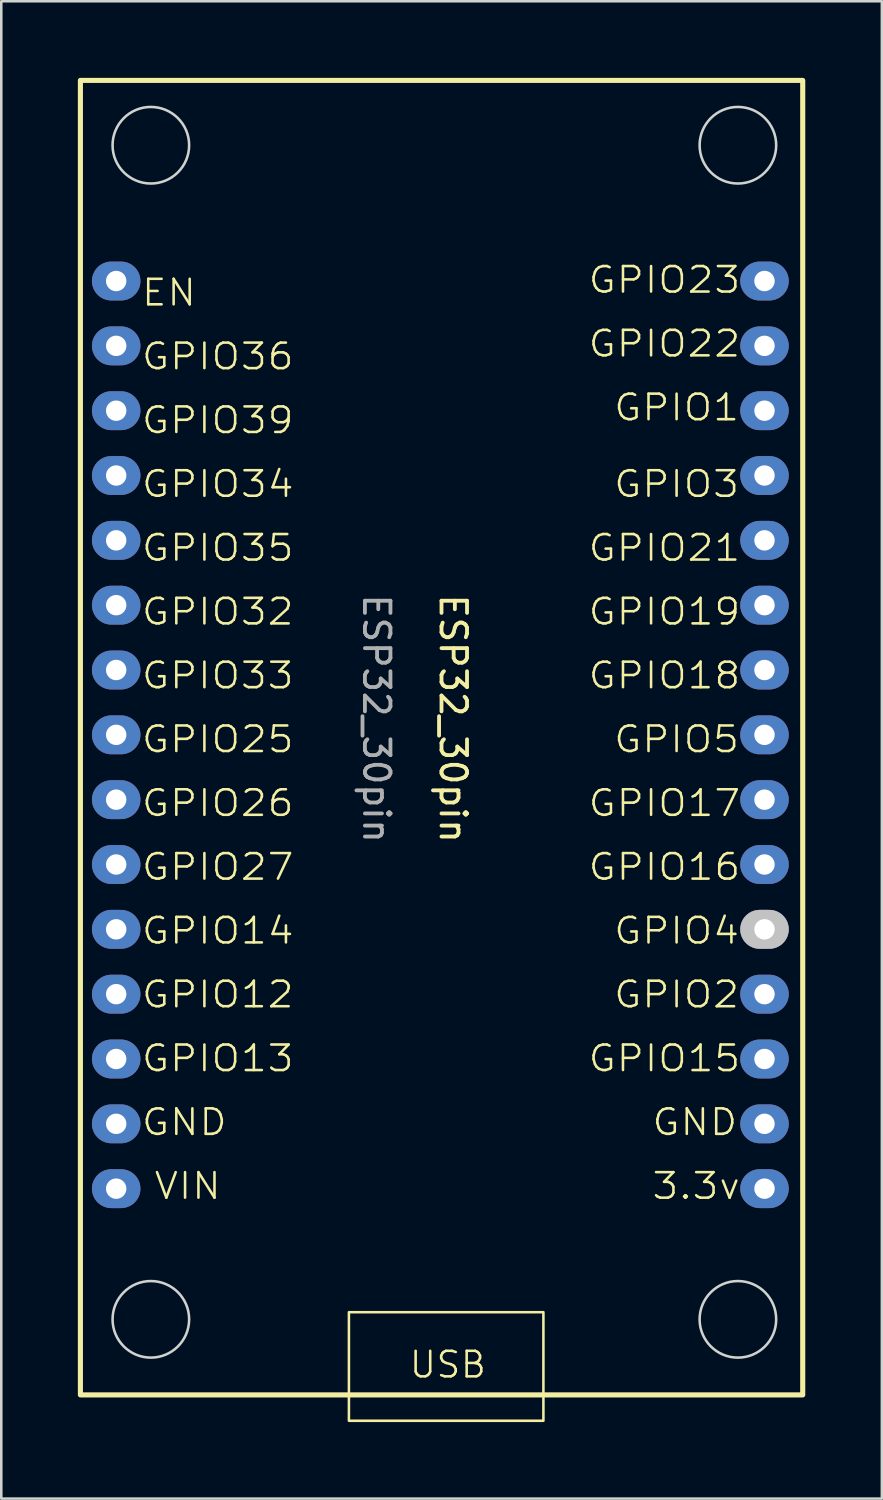
<source format=kicad_pcb>
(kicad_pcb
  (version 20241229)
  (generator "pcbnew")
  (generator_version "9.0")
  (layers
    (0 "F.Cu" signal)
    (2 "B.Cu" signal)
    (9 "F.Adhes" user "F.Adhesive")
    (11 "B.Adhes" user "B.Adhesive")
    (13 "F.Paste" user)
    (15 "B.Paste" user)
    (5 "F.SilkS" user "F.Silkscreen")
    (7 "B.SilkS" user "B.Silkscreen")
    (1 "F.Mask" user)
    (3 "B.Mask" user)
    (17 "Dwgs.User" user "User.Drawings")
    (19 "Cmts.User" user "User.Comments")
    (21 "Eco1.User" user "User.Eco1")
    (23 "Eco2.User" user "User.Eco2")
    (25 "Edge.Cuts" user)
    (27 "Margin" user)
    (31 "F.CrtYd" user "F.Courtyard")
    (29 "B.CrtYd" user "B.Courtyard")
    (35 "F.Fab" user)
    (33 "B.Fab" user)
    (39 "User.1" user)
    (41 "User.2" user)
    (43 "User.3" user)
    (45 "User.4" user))
  (footprint "ESP32_30pin"
    (layer "F.Cu")
    (at 13.43 26.5)
    (property "Reference" "ESP32_30pin" (at 1.272 -1.395 270) (unlocked yes) (layer "F.SilkS") (effects (font (size 1 1) (thickness 0.15))))
    (fp_rect (start -13.33 -26.4) (end 14.97 25.1) (stroke (width 0.2) (type default)) (fill no) (layer "F.SilkS"))
    (fp_rect (start -2.81 21.86) (end 4.81 26.114) (stroke (width 0.1) (type default)) (fill no) (layer "F.SilkS"))
    (fp_circle (center -10.57 -23.86) (end -10.57 -22.36) (stroke (width 0.1) (type default)) (fill no) (layer "Edge.Cuts"))
    (fp_circle (center -10.57 22.14) (end -10.57 23.64) (stroke (width 0.1) (type default)) (fill no) (layer "Edge.Cuts"))
    (fp_circle (center 12.43 -23.86) (end 12.43 -22.36) (stroke (width 0.1) (type default)) (fill no) (layer "Edge.Cuts"))
    (fp_circle (center 12.43 22.14) (end 12.43 23.64) (stroke (width 0.1) (type default)) (fill no) (layer "Edge.Cuts"))
    (fp_text user "GPIO5" (at 7.5 0 0) (unlocked yes) (layer "F.SilkS") (effects (font (size 1 1.1) (thickness 0.1)) (justify left bottom)))
    (fp_text user "GPIO13" (at -11 12.5 0) (unlocked yes) (layer "F.SilkS") (effects (font (size 1 1.1) (thickness 0.1)) (justify left bottom)))
    (fp_text user "3.3v" (at 9 17.5 0) (unlocked yes) (layer "F.SilkS") (effects (font (size 1 1.1) (thickness 0.1)) (justify left bottom)))
    (fp_text user "GPIO21" (at 6.5 -7.5 0) (unlocked yes) (layer "F.SilkS") (effects (font (size 1 1.1) (thickness 0.1)) (justify left bottom)))
    (fp_text user "GND" (at 9 15 0) (unlocked yes) (layer "F.SilkS") (effects (font (size 1 1.1) (thickness 0.1)) (justify left bottom)))
    (fp_text user "VIN" (at -10.5 17.5 0) (unlocked yes) (layer "F.SilkS") (effects (font (size 1 1.1) (thickness 0.1)) (justify left bottom)))
    (fp_text user "GPIO2" (at 7.5 10 0) (unlocked yes) (layer "F.SilkS") (effects (font (size 1 1.1) (thickness 0.1)) (justify left bottom)))
    (fp_text user "GPIO1" (at 7.5 -13 0) (unlocked yes) (layer "F.SilkS") (effects (font (size 1 1.1) (thickness 0.1)) (justify left bottom)))
    (fp_text user "GPIO32" (at -11 -5 0) (unlocked yes) (layer "F.SilkS") (effects (font (size 1 1.1) (thickness 0.1)) (justify left bottom)))
    (fp_text user "USB" (at -0.5 24.5 0) (unlocked yes) (layer "F.SilkS") (effects (font (size 1 1) (thickness 0.1)) (justify left bottom)))
    (fp_text user "GPIO36" (at -11 -15 0) (unlocked yes) (layer "F.SilkS") (effects (font (size 1 1.1) (thickness 0.1)) (justify left bottom)))
    (fp_text user "GPIO18" (at 6.5 -2.5 0) (unlocked yes) (layer "F.SilkS") (effects (font (size 1 1.1) (thickness 0.1)) (justify left bottom)))
    (fp_text user "GPIO23" (at 6.5 -18 0) (unlocked yes) (layer "F.SilkS") (effects (font (size 1 1.1) (thickness 0.1)) (justify left bottom)))
    (fp_text user "GPIO14" (at -11 7.5 0) (unlocked yes) (layer "F.SilkS") (effects (font (size 1 1.1) (thickness 0.1)) (justify left bottom)))
    (fp_text user "GPIO27" (at -11 5 0) (unlocked yes) (layer "F.SilkS") (effects (font (size 1 1.1) (thickness 0.1)) (justify left bottom)))
    (fp_text user "GPIO3" (at 7.5 -10 0) (unlocked yes) (layer "F.SilkS") (effects (font (size 1 1.1) (thickness 0.1)) (justify left bottom)))
    (fp_text user "GPIO33" (at -11 -2.5 0) (unlocked yes) (layer "F.SilkS") (effects (font (size 1 1.1) (thickness 0.1)) (justify left bottom)))
    (fp_text user "EN" (at -11 -17.5 0) (unlocked yes) (layer "F.SilkS") (effects (font (size 1 1.1) (thickness 0.1)) (justify left bottom)))
    (fp_text user "GND" (at -11 15 0) (unlocked yes) (layer "F.SilkS") (effects (font (size 1 1.1) (thickness 0.1)) (justify left bottom)))
    (fp_text user "GPIO17" (at 6.5 2.5 0) (unlocked yes) (layer "F.SilkS") (effects (font (size 1 1.1) (thickness 0.1)) (justify left bottom)))
    (fp_text user "GPIO34" (at -11 -10 0) (unlocked yes) (layer "F.SilkS") (effects (font (size 1 1.1) (thickness 0.1)) (justify left bottom)))
    (fp_text user "GPIO16" (at 6.5 5 0) (unlocked yes) (layer "F.SilkS") (effects (font (size 1 1.1) (thickness 0.1)) (justify left bottom)))
    (fp_text user "GPIO12" (at -11 10 0) (unlocked yes) (layer "F.SilkS") (effects (font (size 1 1.1) (thickness 0.1)) (justify left bottom)))
    (fp_text user "GPIO26" (at -11 2.5 0) (unlocked yes) (layer "F.SilkS") (effects (font (size 1 1.1) (thickness 0.1)) (justify left bottom)))
    (fp_text user "GPIO4" (at 7.5 7.5 0) (unlocked yes) (layer "F.SilkS") (effects (font (size 1 1.1) (thickness 0.1)) (justify left bottom)))
    (fp_text user "GPIO39" (at -11 -12.5 0) (unlocked yes) (layer "F.SilkS") (effects (font (size 1 1.1) (thickness 0.1)) (justify left bottom)))
    (fp_text user "GPIO25" (at -11 0 0) (unlocked yes) (layer "F.SilkS") (effects (font (size 1 1.1) (thickness 0.1)) (justify left bottom)))
    (fp_text user "GPIO19" (at 6.5 -5 0) (unlocked yes) (layer "F.SilkS") (effects (font (size 1 1.1) (thickness 0.1)) (justify left bottom)))
    (fp_text user "GPIO15" (at 6.5 12.5 0) (unlocked yes) (layer "F.SilkS") (effects (font (size 1 1.1) (thickness 0.1)) (justify left bottom)))
    (fp_text user "GPIO35" (at -11 -7.5 0) (unlocked yes) (layer "F.SilkS") (effects (font (size 1 1.1) (thickness 0.1)) (justify left bottom)))
    (fp_text user "GPIO22" (at 6.5 -15.5 0) (unlocked yes) (layer "F.SilkS") (effects (font (size 1 1.1) (thickness 0.1)) (justify left bottom)))
    (fp_text user "${REFERENCE}" (at -1.728 -1.395 270) (unlocked yes) (layer "F.Fab") (effects (font (size 1 1) (thickness 0.15))))
    (pad "1" thru_hole oval (at -11.928 17.02 270) (size 1.524 1.9) (drill 0.8) (layers "*.Cu" "*.Mask"))
    (pad "2" thru_hole oval (at -11.928 14.48 270) (size 1.524 1.9) (drill 0.8) (layers "*.Cu" "*.Mask"))
    (pad "3" thru_hole oval (at -11.928 11.94 270) (size 1.524 1.9) (drill 0.8) (layers "*.Cu" "*.Mask"))
    (pad "4" thru_hole oval (at -11.928 9.4 270) (size 1.524 1.9) (drill 0.8) (layers "*.Cu" "*.Mask"))
    (pad "5" thru_hole oval (at -11.928 6.86 270) (size 1.524 1.9) (drill 0.8) (layers "*.Cu" "*.Mask"))
    (pad "6" thru_hole oval (at -11.928 4.32 270) (size 1.524 1.9) (drill 0.8) (layers "*.Cu" "*.Mask"))
    (pad "7" thru_hole oval (at -11.928 1.78 270) (size 1.524 1.9) (drill 0.8) (layers "*.Cu" "*.Mask"))
    (pad "8" thru_hole oval (at -11.928 -0.76 270) (size 1.524 1.9) (drill 0.8) (layers "*.Cu" "*.Mask"))
    (pad "9" thru_hole oval (at -11.928 -3.3 270) (size 1.524 1.9) (drill 0.8) (layers "*.Cu" "*.Mask"))
    (pad "10" thru_hole oval (at -11.928 -5.84 270) (size 1.524 1.9) (drill 0.8) (layers "*.Cu" "*.Mask"))
    (pad "11" thru_hole oval (at -11.928 -8.38 270) (size 1.524 1.9) (drill 0.8) (layers "*.Cu" "*.Mask"))
    (pad "12" thru_hole oval (at -11.928 -10.92 270) (size 1.524 1.9) (drill 0.8) (layers "*.Cu" "*.Mask"))
    (pad "13" thru_hole oval (at -11.928 -13.46 270) (size 1.524 1.9) (drill 0.8) (layers "*.Cu" "*.Mask"))
    (pad "14" thru_hole oval (at -11.928 -16 270) (size 1.524 1.9) (drill 0.8) (layers "*.Cu" "*.Mask"))
    (pad "15" thru_hole oval (at -11.928 -18.54 270) (size 1.524 1.9) (drill 0.8) (layers "*.Cu" "*.Mask"))
    (pad "16" thru_hole oval (at 13.472 17.02 270) (size 1.524 1.9) (drill 0.8) (layers "*.Cu" "*.Mask"))
    (pad "17" thru_hole oval (at 13.472 14.48 270) (size 1.524 1.9) (drill 0.8) (layers "*.Cu" "*.Mask"))
    (pad "18" thru_hole oval (at 13.472 11.94 270) (size 1.524 1.9) (drill 0.8) (layers "*.Cu" "*.Mask"))
    (pad "19" thru_hole oval (at 13.472 9.4 270) (size 1.524 1.9) (drill 0.8) (layers "*.Cu" "*.Mask"))
    (pad "20" thru_hole oval (at 13.472 6.86 270) (size 1.524 1.9) (drill 0.8) (layers "*.Cu" "*.Mask" "Dwgs.User"))
    (pad "21" thru_hole oval (at 13.472 4.32 270) (size 1.524 1.9) (drill 0.8) (layers "*.Cu" "*.Mask"))
    (pad "22" thru_hole oval (at 13.472 1.78 270) (size 1.524 1.9) (drill 0.8) (layers "*.Cu" "*.Mask"))
    (pad "23" thru_hole oval (at 13.472 -0.76 270) (size 1.524 1.9) (drill 0.8) (layers "*.Cu" "*.Mask"))
    (pad "24" thru_hole oval (at 13.472 -3.3 270) (size 1.524 1.9) (drill 0.8) (layers "*.Cu" "*.Mask"))
    (pad "25" thru_hole oval (at 13.472 -5.84 270) (size 1.524 1.9) (drill 0.8) (layers "*.Cu" "*.Mask"))
    (pad "26" thru_hole oval (at 13.472 -8.38 270) (size 1.524 1.9) (drill 0.8) (layers "*.Cu" "*.Mask"))
    (pad "27" thru_hole oval (at 13.472 -10.92 270) (size 1.524 1.9) (drill 0.8) (layers "*.Cu" "*.Mask"))
    (pad "28" thru_hole oval (at 13.472 -13.46 270) (size 1.524 1.9) (drill 0.8) (layers "*.Cu" "*.Mask"))
    (pad "29" thru_hole oval (at 13.472 -16 270) (size 1.524 1.9) (drill 0.8) (layers "*.Cu" "*.Mask"))
    (pad "30" thru_hole oval (at 13.472 -18.54 270) (size 1.524 1.9) (drill 0.8) (layers "*.Cu" "*.Mask")))
  (gr_rect
    (start -3 -3)
    (end 31.5 55.664)
    (stroke (width 0.1) (type default))
    (fill no)
    (layer "Edge.Cuts")))
</source>
